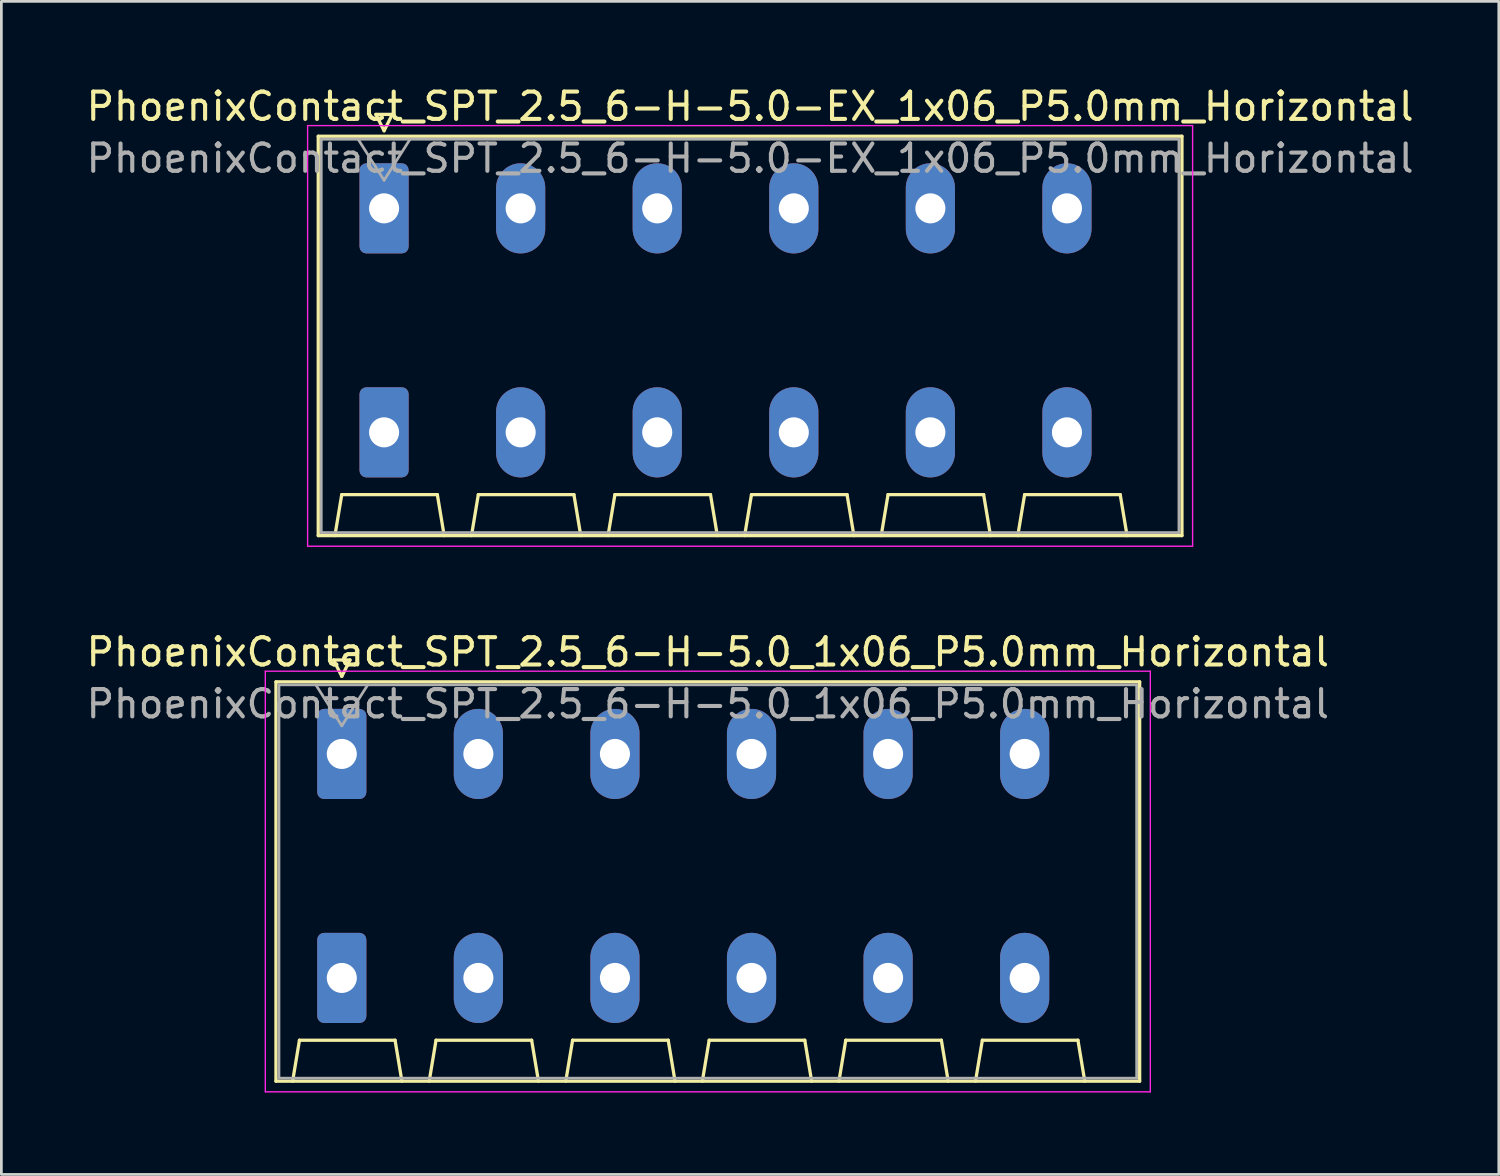
<source format=kicad_pcb>
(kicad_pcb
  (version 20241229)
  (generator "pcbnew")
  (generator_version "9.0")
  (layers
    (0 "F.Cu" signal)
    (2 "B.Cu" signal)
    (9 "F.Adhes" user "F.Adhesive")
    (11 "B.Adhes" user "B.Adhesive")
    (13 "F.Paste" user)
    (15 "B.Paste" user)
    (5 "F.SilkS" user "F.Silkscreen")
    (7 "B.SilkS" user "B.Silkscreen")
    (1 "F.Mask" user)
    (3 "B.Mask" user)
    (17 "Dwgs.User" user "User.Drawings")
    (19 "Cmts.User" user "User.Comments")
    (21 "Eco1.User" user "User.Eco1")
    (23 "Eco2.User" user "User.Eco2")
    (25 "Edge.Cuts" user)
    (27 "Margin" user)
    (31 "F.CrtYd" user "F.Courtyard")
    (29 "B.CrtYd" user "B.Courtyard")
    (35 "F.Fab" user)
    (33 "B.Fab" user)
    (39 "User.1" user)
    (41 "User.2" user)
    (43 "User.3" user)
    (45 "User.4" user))
  (footprint "PhoenixContact_SPT_2.5_6-H-5.0_1x06_P5.0mm_Horizontal"
    (layer "F.Cu")
    (at 9.463 24.552)
    (property "Reference" "PhoenixContact_SPT_2.5_6-H-5.0_1x06_P5.0mm_Horizontal" (at 13.4 -3.73 0) (layer "F.SilkS") (effects (font (size 1 1) (thickness 0.15))))
    (attr through_hole)
    (fp_line (start -2.41 -2.64) (end 29.21 -2.64) (stroke (width 0.12) (type solid)) (layer "F.SilkS"))
    (fp_line (start -2.41 11.98) (end -2.41 -2.64) (stroke (width 0.12) (type solid)) (layer "F.SilkS"))
    (fp_line (start -1.8 11.98) (end -1.55 10.48) (stroke (width 0.12) (type solid)) (layer "F.SilkS"))
    (fp_line (start -1.55 10.48) (end 1.95 10.48) (stroke (width 0.12) (type solid)) (layer "F.SilkS"))
    (fp_line (start -0.3 -3.44) (end 0 -2.84) (stroke (width 0.12) (type solid)) (layer "F.SilkS"))
    (fp_line (start -0.3 -3.44) (end 0.3 -3.44) (stroke (width 0.12) (type solid)) (layer "F.SilkS"))
    (fp_line (start 0.3 -3.44) (end 0 -2.84) (stroke (width 0.12) (type solid)) (layer "F.SilkS"))
    (fp_line (start 2.2 11.98) (end 1.95 10.48) (stroke (width 0.12) (type solid)) (layer "F.SilkS"))
    (fp_line (start 3.2 11.98) (end 3.45 10.48) (stroke (width 0.12) (type solid)) (layer "F.SilkS"))
    (fp_line (start 3.45 10.48) (end 6.95 10.48) (stroke (width 0.12) (type solid)) (layer "F.SilkS"))
    (fp_line (start 7.2 11.98) (end 6.95 10.48) (stroke (width 0.12) (type solid)) (layer "F.SilkS"))
    (fp_line (start 8.2 11.98) (end 8.45 10.48) (stroke (width 0.12) (type solid)) (layer "F.SilkS"))
    (fp_line (start 8.45 10.48) (end 11.95 10.48) (stroke (width 0.12) (type solid)) (layer "F.SilkS"))
    (fp_line (start 12.2 11.98) (end 11.95 10.48) (stroke (width 0.12) (type solid)) (layer "F.SilkS"))
    (fp_line (start 13.2 11.98) (end 13.45 10.48) (stroke (width 0.12) (type solid)) (layer "F.SilkS"))
    (fp_line (start 13.45 10.48) (end 16.95 10.48) (stroke (width 0.12) (type solid)) (layer "F.SilkS"))
    (fp_line (start 17.2 11.98) (end 16.95 10.48) (stroke (width 0.12) (type solid)) (layer "F.SilkS"))
    (fp_line (start 18.2 11.98) (end 18.45 10.48) (stroke (width 0.12) (type solid)) (layer "F.SilkS"))
    (fp_line (start 18.45 10.48) (end 21.95 10.48) (stroke (width 0.12) (type solid)) (layer "F.SilkS"))
    (fp_line (start 22.2 11.98) (end 21.95 10.48) (stroke (width 0.12) (type solid)) (layer "F.SilkS"))
    (fp_line (start 23.2 11.98) (end 23.45 10.48) (stroke (width 0.12) (type solid)) (layer "F.SilkS"))
    (fp_line (start 23.45 10.48) (end 26.95 10.48) (stroke (width 0.12) (type solid)) (layer "F.SilkS"))
    (fp_line (start 27.2 11.98) (end 26.95 10.48) (stroke (width 0.12) (type solid)) (layer "F.SilkS"))
    (fp_line (start 29.21 -2.64) (end 29.21 11.98) (stroke (width 0.12) (type solid)) (layer "F.SilkS"))
    (fp_line (start 29.21 11.98) (end -2.41 11.98) (stroke (width 0.12) (type solid)) (layer "F.SilkS"))
    (fp_line (start -2.8 -3.03) (end -2.8 12.37) (stroke (width 0.05) (type solid)) (layer "F.CrtYd"))
    (fp_line (start -2.8 12.37) (end 29.6 12.37) (stroke (width 0.05) (type solid)) (layer "F.CrtYd"))
    (fp_line (start 29.6 -3.03) (end -2.8 -3.03) (stroke (width 0.05) (type solid)) (layer "F.CrtYd"))
    (fp_line (start 29.6 12.37) (end 29.6 -3.03) (stroke (width 0.05) (type solid)) (layer "F.CrtYd"))
    (fp_line (start -2.3 -2.53) (end -2.3 11.87) (stroke (width 0.1) (type solid)) (layer "F.Fab"))
    (fp_line (start -2.3 11.87) (end 29.1 11.87) (stroke (width 0.1) (type solid)) (layer "F.Fab"))
    (fp_line (start -0.95 -2.53) (end 0 -1.03) (stroke (width 0.1) (type solid)) (layer "F.Fab"))
    (fp_line (start 0.95 -2.53) (end 0 -1.03) (stroke (width 0.1) (type solid)) (layer "F.Fab"))
    (fp_line (start 29.1 -2.53) (end -2.3 -2.53) (stroke (width 0.1) (type solid)) (layer "F.Fab"))
    (fp_line (start 29.1 11.87) (end 29.1 -2.53) (stroke (width 0.1) (type solid)) (layer "F.Fab"))
    (fp_text user "${REFERENCE}" (at 13.4 -1.83 0) (layer "F.Fab") (effects (font (size 1 1) (thickness 0.15))))
    (pad "1" thru_hole roundrect (at 0 0) (size 1.8 3.3) (drill 1.1) (layers "*.Cu" "*.Mask") (roundrect_rratio 0.139))
    (pad "1" thru_hole roundrect (at 0 8.2) (size 1.8 3.3) (drill 1.1) (layers "*.Cu" "*.Mask") (roundrect_rratio 0.139))
    (pad "2" thru_hole oval (at 5 0) (size 1.8 3.3) (drill 1.1) (layers "*.Cu" "*.Mask"))
    (pad "2" thru_hole oval (at 5 8.2) (size 1.8 3.3) (drill 1.1) (layers "*.Cu" "*.Mask"))
    (pad "3" thru_hole oval (at 10 0) (size 1.8 3.3) (drill 1.1) (layers "*.Cu" "*.Mask"))
    (pad "3" thru_hole oval (at 10 8.2) (size 1.8 3.3) (drill 1.1) (layers "*.Cu" "*.Mask"))
    (pad "4" thru_hole oval (at 15 0) (size 1.8 3.3) (drill 1.1) (layers "*.Cu" "*.Mask"))
    (pad "4" thru_hole oval (at 15 8.2) (size 1.8 3.3) (drill 1.1) (layers "*.Cu" "*.Mask"))
    (pad "5" thru_hole oval (at 20 0) (size 1.8 3.3) (drill 1.1) (layers "*.Cu" "*.Mask"))
    (pad "5" thru_hole oval (at 20 8.2) (size 1.8 3.3) (drill 1.1) (layers "*.Cu" "*.Mask"))
    (pad "6" thru_hole oval (at 25 0) (size 1.8 3.3) (drill 1.1) (layers "*.Cu" "*.Mask"))
    (pad "6" thru_hole oval (at 25 8.2) (size 1.8 3.3) (drill 1.1) (layers "*.Cu" "*.Mask")))
  (footprint "PhoenixContact_SPT_2.5_6-H-5.0-EX_1x06_P5.0mm_Horizontal"
    (layer "F.Cu")
    (at 11.011 4.578)
    (property "Reference" "PhoenixContact_SPT_2.5_6-H-5.0-EX_1x06_P5.0mm_Horizontal" (at 13.4 -3.73 0) (layer "F.SilkS") (effects (font (size 1 1) (thickness 0.15))))
    (attr through_hole)
    (fp_line (start -2.41 -2.64) (end 29.21 -2.64) (stroke (width 0.12) (type solid)) (layer "F.SilkS"))
    (fp_line (start -2.41 11.98) (end -2.41 -2.64) (stroke (width 0.12) (type solid)) (layer "F.SilkS"))
    (fp_line (start -1.8 11.98) (end -1.55 10.48) (stroke (width 0.12) (type solid)) (layer "F.SilkS"))
    (fp_line (start -1.55 10.48) (end 1.95 10.48) (stroke (width 0.12) (type solid)) (layer "F.SilkS"))
    (fp_line (start -0.3 -3.44) (end 0 -2.84) (stroke (width 0.12) (type solid)) (layer "F.SilkS"))
    (fp_line (start -0.3 -3.44) (end 0.3 -3.44) (stroke (width 0.12) (type solid)) (layer "F.SilkS"))
    (fp_line (start 0.3 -3.44) (end 0 -2.84) (stroke (width 0.12) (type solid)) (layer "F.SilkS"))
    (fp_line (start 2.2 11.98) (end 1.95 10.48) (stroke (width 0.12) (type solid)) (layer "F.SilkS"))
    (fp_line (start 3.2 11.98) (end 3.45 10.48) (stroke (width 0.12) (type solid)) (layer "F.SilkS"))
    (fp_line (start 3.45 10.48) (end 6.95 10.48) (stroke (width 0.12) (type solid)) (layer "F.SilkS"))
    (fp_line (start 7.2 11.98) (end 6.95 10.48) (stroke (width 0.12) (type solid)) (layer "F.SilkS"))
    (fp_line (start 8.2 11.98) (end 8.45 10.48) (stroke (width 0.12) (type solid)) (layer "F.SilkS"))
    (fp_line (start 8.45 10.48) (end 11.95 10.48) (stroke (width 0.12) (type solid)) (layer "F.SilkS"))
    (fp_line (start 12.2 11.98) (end 11.95 10.48) (stroke (width 0.12) (type solid)) (layer "F.SilkS"))
    (fp_line (start 13.2 11.98) (end 13.45 10.48) (stroke (width 0.12) (type solid)) (layer "F.SilkS"))
    (fp_line (start 13.45 10.48) (end 16.95 10.48) (stroke (width 0.12) (type solid)) (layer "F.SilkS"))
    (fp_line (start 17.2 11.98) (end 16.95 10.48) (stroke (width 0.12) (type solid)) (layer "F.SilkS"))
    (fp_line (start 18.2 11.98) (end 18.45 10.48) (stroke (width 0.12) (type solid)) (layer "F.SilkS"))
    (fp_line (start 18.45 10.48) (end 21.95 10.48) (stroke (width 0.12) (type solid)) (layer "F.SilkS"))
    (fp_line (start 22.2 11.98) (end 21.95 10.48) (stroke (width 0.12) (type solid)) (layer "F.SilkS"))
    (fp_line (start 23.2 11.98) (end 23.45 10.48) (stroke (width 0.12) (type solid)) (layer "F.SilkS"))
    (fp_line (start 23.45 10.48) (end 26.95 10.48) (stroke (width 0.12) (type solid)) (layer "F.SilkS"))
    (fp_line (start 27.2 11.98) (end 26.95 10.48) (stroke (width 0.12) (type solid)) (layer "F.SilkS"))
    (fp_line (start 29.21 -2.64) (end 29.21 11.98) (stroke (width 0.12) (type solid)) (layer "F.SilkS"))
    (fp_line (start 29.21 11.98) (end -2.41 11.98) (stroke (width 0.12) (type solid)) (layer "F.SilkS"))
    (fp_line (start -2.8 -3.03) (end -2.8 12.37) (stroke (width 0.05) (type solid)) (layer "F.CrtYd"))
    (fp_line (start -2.8 12.37) (end 29.6 12.37) (stroke (width 0.05) (type solid)) (layer "F.CrtYd"))
    (fp_line (start 29.6 -3.03) (end -2.8 -3.03) (stroke (width 0.05) (type solid)) (layer "F.CrtYd"))
    (fp_line (start 29.6 12.37) (end 29.6 -3.03) (stroke (width 0.05) (type solid)) (layer "F.CrtYd"))
    (fp_line (start -2.3 -2.53) (end -2.3 11.87) (stroke (width 0.1) (type solid)) (layer "F.Fab"))
    (fp_line (start -2.3 11.87) (end 29.1 11.87) (stroke (width 0.1) (type solid)) (layer "F.Fab"))
    (fp_line (start -0.95 -2.53) (end 0 -1.03) (stroke (width 0.1) (type solid)) (layer "F.Fab"))
    (fp_line (start 0.95 -2.53) (end 0 -1.03) (stroke (width 0.1) (type solid)) (layer "F.Fab"))
    (fp_line (start 29.1 -2.53) (end -2.3 -2.53) (stroke (width 0.1) (type solid)) (layer "F.Fab"))
    (fp_line (start 29.1 11.87) (end 29.1 -2.53) (stroke (width 0.1) (type solid)) (layer "F.Fab"))
    (fp_text user "${REFERENCE}" (at 13.4 -1.83 0) (layer "F.Fab") (effects (font (size 1 1) (thickness 0.15))))
    (pad "1" thru_hole roundrect (at 0 0) (size 1.8 3.3) (drill 1.1) (layers "*.Cu" "*.Mask") (roundrect_rratio 0.139))
    (pad "1" thru_hole roundrect (at 0 8.2) (size 1.8 3.3) (drill 1.1) (layers "*.Cu" "*.Mask") (roundrect_rratio 0.139))
    (pad "2" thru_hole oval (at 5 0) (size 1.8 3.3) (drill 1.1) (layers "*.Cu" "*.Mask"))
    (pad "2" thru_hole oval (at 5 8.2) (size 1.8 3.3) (drill 1.1) (layers "*.Cu" "*.Mask"))
    (pad "3" thru_hole oval (at 10 0) (size 1.8 3.3) (drill 1.1) (layers "*.Cu" "*.Mask"))
    (pad "3" thru_hole oval (at 10 8.2) (size 1.8 3.3) (drill 1.1) (layers "*.Cu" "*.Mask"))
    (pad "4" thru_hole oval (at 15 0) (size 1.8 3.3) (drill 1.1) (layers "*.Cu" "*.Mask"))
    (pad "4" thru_hole oval (at 15 8.2) (size 1.8 3.3) (drill 1.1) (layers "*.Cu" "*.Mask"))
    (pad "5" thru_hole oval (at 20 0) (size 1.8 3.3) (drill 1.1) (layers "*.Cu" "*.Mask"))
    (pad "5" thru_hole oval (at 20 8.2) (size 1.8 3.3) (drill 1.1) (layers "*.Cu" "*.Mask"))
    (pad "6" thru_hole oval (at 25 0) (size 1.8 3.3) (drill 1.1) (layers "*.Cu" "*.Mask"))
    (pad "6" thru_hole oval (at 25 8.2) (size 1.8 3.3) (drill 1.1) (layers "*.Cu" "*.Mask")))
  (gr_rect
    (start -3 -3)
    (end 51.821 39.947)
    (stroke (width 0.1) (type default))
    (fill no)
    (layer "Edge.Cuts")))
</source>
